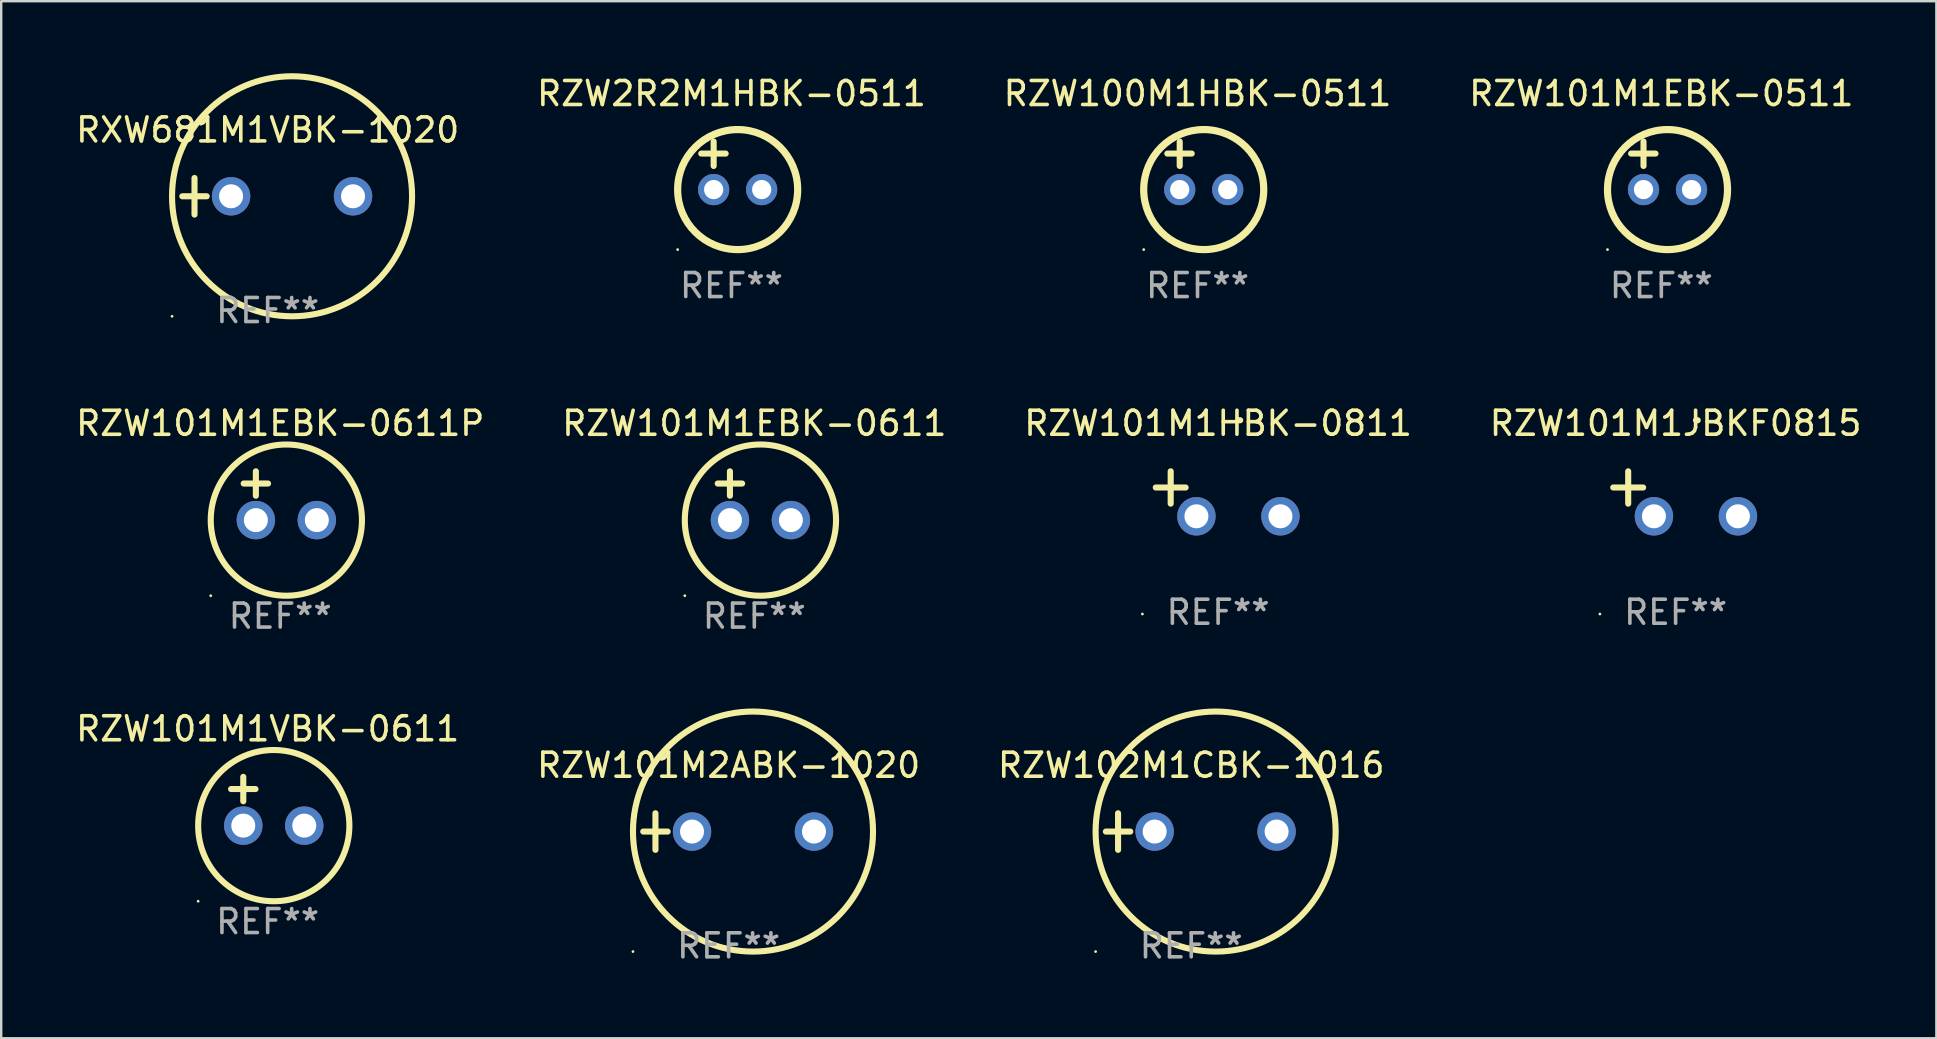
<source format=kicad_pcb>
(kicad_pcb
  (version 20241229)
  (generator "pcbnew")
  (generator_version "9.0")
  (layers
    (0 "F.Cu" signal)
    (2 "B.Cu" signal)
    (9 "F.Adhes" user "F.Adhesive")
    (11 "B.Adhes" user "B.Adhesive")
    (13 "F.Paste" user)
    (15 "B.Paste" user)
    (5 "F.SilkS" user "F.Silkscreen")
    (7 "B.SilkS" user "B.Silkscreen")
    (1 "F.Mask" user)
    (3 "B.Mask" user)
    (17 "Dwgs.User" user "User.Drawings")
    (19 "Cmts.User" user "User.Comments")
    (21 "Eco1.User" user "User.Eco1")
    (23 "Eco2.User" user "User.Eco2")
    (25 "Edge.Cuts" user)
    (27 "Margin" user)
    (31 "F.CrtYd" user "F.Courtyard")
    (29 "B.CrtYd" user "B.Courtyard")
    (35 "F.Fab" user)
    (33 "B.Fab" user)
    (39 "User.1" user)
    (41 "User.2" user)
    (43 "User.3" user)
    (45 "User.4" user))
  (footprint "RZW2R2M1HBK-0511"
    (layer "F.Cu")
    (at 27.423 3.848)
    (property "Reference" "RZW2R2M1HBK-0511" (at 0 -3 0) (layer "F.SilkS") (effects (font (size 1 1) (thickness 0.15))))
    (attr through_hole)
    (fp_line (start -1.258 -0.5) (end -0.242 -0.5) (stroke (width 0.254) (type solid)) (layer "F.SilkS"))
    (fp_line (start -0.742 -1) (end -0.742 0.016) (stroke (width 0.254) (type solid)) (layer "F.SilkS"))
    (fp_circle (center -2.242 3.5) (end -2.212 3.5) (stroke (width 0.06) (type solid)) (fill no) (layer "F.SilkS"))
    (fp_circle (center 0.258 1) (end 2.758 1) (stroke (width 0.3) (type solid)) (fill no) (layer "F.SilkS"))
    (fp_text user "REF**" (at 0 5 0) (layer "F.Fab") (effects (font (size 1 1) (thickness 0.15))))
    (pad "1" thru_hole circle (at -0.742 1) (size 1.3 1.3) (drill 0.8) (layers "*.Cu" "*.Mask"))
    (pad "2" thru_hole circle (at 1.258 1) (size 1.3 1.3) (drill 0.8) (layers "*.Cu" "*.Mask")))
  (footprint "RZW100M1HBK-0511"
    (layer "F.Cu")
    (at 46.839 3.848)
    (property "Reference" "RZW100M1HBK-0511" (at 0 -3 0) (layer "F.SilkS") (effects (font (size 1 1) (thickness 0.15))))
    (attr through_hole)
    (fp_line (start -1.258 -0.5) (end -0.242 -0.5) (stroke (width 0.254) (type solid)) (layer "F.SilkS"))
    (fp_line (start -0.742 -1) (end -0.742 0.016) (stroke (width 0.254) (type solid)) (layer "F.SilkS"))
    (fp_circle (center -2.242 3.5) (end -2.212 3.5) (stroke (width 0.06) (type solid)) (fill no) (layer "F.SilkS"))
    (fp_circle (center 0.258 1) (end 2.758 1) (stroke (width 0.3) (type solid)) (fill no) (layer "F.SilkS"))
    (fp_text user "REF**" (at 0 5 0) (layer "F.Fab") (effects (font (size 1 1) (thickness 0.15))))
    (pad "1" thru_hole circle (at -0.742 1) (size 1.3 1.3) (drill 0.8) (layers "*.Cu" "*.Mask"))
    (pad "2" thru_hole circle (at 1.258 1) (size 1.3 1.3) (drill 0.8) (layers "*.Cu" "*.Mask")))
  (footprint "RZW101M1EBK-0511"
    (layer "F.Cu")
    (at 66.161 3.848)
    (property "Reference" "RZW101M1EBK-0511" (at 0 -3 0) (layer "F.SilkS") (effects (font (size 1 1) (thickness 0.15))))
    (attr through_hole)
    (fp_line (start -1.258 -0.5) (end -0.242 -0.5) (stroke (width 0.254) (type solid)) (layer "F.SilkS"))
    (fp_line (start -0.742 -1) (end -0.742 0.016) (stroke (width 0.254) (type solid)) (layer "F.SilkS"))
    (fp_circle (center -2.242 3.5) (end -2.212 3.5) (stroke (width 0.06) (type solid)) (fill no) (layer "F.SilkS"))
    (fp_circle (center 0.258 1) (end 2.758 1) (stroke (width 0.3) (type solid)) (fill no) (layer "F.SilkS"))
    (fp_text user "REF**" (at 0 5 0) (layer "F.Fab") (effects (font (size 1 1) (thickness 0.15))))
    (pad "1" thru_hole circle (at -0.742 1) (size 1.3 1.3) (drill 0.8) (layers "*.Cu" "*.Mask"))
    (pad "2" thru_hole circle (at 1.258 1) (size 1.3 1.3) (drill 0.8) (layers "*.Cu" "*.Mask")))
  (footprint "RZW101M2ABK-1020"
    (layer "F.Cu")
    (at 27.304 31.593)
    (property "Reference" "RZW101M2ABK-1020" (at 0 -2.762 0) (layer "F.SilkS") (effects (font (size 1 1) (thickness 0.15))))
    (attr through_hole)
    (fp_line (start -3.556 0) (end -2.54 0) (stroke (width 0.254) (type solid)) (layer "F.SilkS"))
    (fp_line (start -3.048 -0.762) (end -3.048 0.762) (stroke (width 0.254) (type solid)) (layer "F.SilkS"))
    (fp_circle (center -3.984 5) (end -3.954 5) (stroke (width 0.06) (type solid)) (fill no) (layer "F.SilkS"))
    (fp_circle (center 1.016 0) (end 6.016 0) (stroke (width 0.254) (type solid)) (fill no) (layer "F.SilkS"))
    (fp_text user "REF**" (at 0 4.762 0) (layer "F.Fab") (effects (font (size 1 1) (thickness 0.15))))
    (pad "1" thru_hole circle (at -1.524 0) (size 1.6 1.6) (drill 1) (layers "*.Cu" "*.Mask"))
    (pad "2" thru_hole circle (at 3.556 0) (size 1.6 1.6) (drill 1) (layers "*.Cu" "*.Mask")))
  (footprint "RZW101M1VBK-0611"
    (layer "F.Cu")
    (at 8.101 30.33)
    (property "Reference" "RZW101M1VBK-0611" (at 0 -3.016 0) (layer "F.SilkS") (effects (font (size 1 1) (thickness 0.15))))
    (attr through_hole)
    (fp_line (start -1.524 -0.508) (end -0.508 -0.508) (stroke (width 0.254) (type solid)) (layer "F.SilkS"))
    (fp_line (start -1.016 -1.016) (end -1.016 0) (stroke (width 0.254) (type solid)) (layer "F.SilkS"))
    (fp_circle (center -2.896 4.166) (end -2.866 4.166) (stroke (width 0.06) (type solid)) (fill no) (layer "F.SilkS"))
    (fp_circle (center 0.254 1.016) (end 3.404 1.016) (stroke (width 0.254) (type solid)) (fill no) (layer "F.SilkS"))
    (fp_text user "REF**" (at 0 5.016 0) (layer "F.Fab") (effects (font (size 1 1) (thickness 0.15))))
    (pad "1" thru_hole circle (at -1.016 1.016) (size 1.6 1.6) (drill 1) (layers "*.Cu" "*.Mask"))
    (pad "2" thru_hole circle (at 1.524 1.016) (size 1.6 1.6) (drill 1) (layers "*.Cu" "*.Mask")))
  (footprint "RZW101M1HBK-0811"
    (layer "F.Cu")
    (at 47.696 17.522)
    (property "Reference" "RZW101M1HBK-0811" (at 0 -2.937 0) (layer "F.SilkS") (effects (font (size 1 1) (thickness 0.15))))
    (attr through_hole)
    (fp_line (start -1.975 0.41) (end -1.975 -0.937) (stroke (width 0.254) (type solid)) (layer "F.SilkS"))
    (fp_line (start -1.353 -0.263) (end -2.597 -0.263) (stroke (width 0.254) (type solid)) (layer "F.SilkS"))
    (fp_arc (start 0.849809 -3.063957) (mid 0.885369 -3.064114) (end 0.920929 -3.063957) (stroke (width 0.254001) (type solid)) (layer "F.SilkS"))
    (fp_circle (center -3.154 5.008) (end -3.124 5.008) (stroke (width 0.06) (type solid)) (fill no) (layer "F.SilkS"))
    (fp_text user "REF**" (at 0 4.937 0) (layer "F.Fab") (effects (font (size 1 1) (thickness 0.15))))
    (pad "1" thru_hole circle (at -0.903 0.937) (size 1.6 1.6) (drill 1) (layers "*.Cu" "*.Mask"))
    (pad "2" thru_hole circle (at 2.597 0.937) (size 1.6 1.6) (drill 1) (layers "*.Cu" "*.Mask")))
  (footprint "RXW681M1VBK-1020"
    (layer "F.Cu")
    (at 8.101 5.127)
    (property "Reference" "RXW681M1VBK-1020" (at 0 -2.762 0) (layer "F.SilkS") (effects (font (size 1 1) (thickness 0.15))))
    (attr through_hole)
    (fp_line (start -3.556 0) (end -2.54 0) (stroke (width 0.254) (type solid)) (layer "F.SilkS"))
    (fp_line (start -3.048 -0.762) (end -3.048 0.762) (stroke (width 0.254) (type solid)) (layer "F.SilkS"))
    (fp_circle (center -3.984 5) (end -3.954 5) (stroke (width 0.06) (type solid)) (fill no) (layer "F.SilkS"))
    (fp_circle (center 1.016 0) (end 6.016 0) (stroke (width 0.254) (type solid)) (fill no) (layer "F.SilkS"))
    (fp_text user "REF**" (at 0 4.762 0) (layer "F.Fab") (effects (font (size 1 1) (thickness 0.15))))
    (pad "1" thru_hole circle (at -1.524 0) (size 1.6 1.6) (drill 1) (layers "*.Cu" "*.Mask"))
    (pad "2" thru_hole circle (at 3.556 0) (size 1.6 1.6) (drill 1) (layers "*.Cu" "*.Mask")))
  (footprint "RZW102M1CBK-1016"
    (layer "F.Cu")
    (at 46.577 31.593)
    (property "Reference" "RZW102M1CBK-1016" (at 0 -2.762 0) (layer "F.SilkS") (effects (font (size 1 1) (thickness 0.15))))
    (attr through_hole)
    (fp_line (start -3.556 0) (end -2.54 0) (stroke (width 0.254) (type solid)) (layer "F.SilkS"))
    (fp_line (start -3.048 -0.762) (end -3.048 0.762) (stroke (width 0.254) (type solid)) (layer "F.SilkS"))
    (fp_circle (center -3.984 5) (end -3.954 5) (stroke (width 0.06) (type solid)) (fill no) (layer "F.SilkS"))
    (fp_circle (center 1.016 0) (end 6.016 0) (stroke (width 0.254) (type solid)) (fill no) (layer "F.SilkS"))
    (fp_text user "REF**" (at 0 4.762 0) (layer "F.Fab") (effects (font (size 1 1) (thickness 0.15))))
    (pad "1" thru_hole circle (at -1.524 0) (size 1.6 1.6) (drill 1) (layers "*.Cu" "*.Mask"))
    (pad "2" thru_hole circle (at 3.556 0) (size 1.6 1.6) (drill 1) (layers "*.Cu" "*.Mask")))
  (footprint "RZW101M1JBKF0815"
    (layer "F.Cu")
    (at 66.756 17.522)
    (property "Reference" "RZW101M1JBKF0815" (at 0 -2.937 0) (layer "F.SilkS") (effects (font (size 1 1) (thickness 0.15))))
    (attr through_hole)
    (fp_line (start -1.975 0.41) (end -1.975 -0.937) (stroke (width 0.254) (type solid)) (layer "F.SilkS"))
    (fp_line (start -1.353 -0.263) (end -2.597 -0.263) (stroke (width 0.254) (type solid)) (layer "F.SilkS"))
    (fp_arc (start 0.849809 -3.063957) (mid 0.885369 -3.064114) (end 0.920929 -3.063957) (stroke (width 0.254001) (type solid)) (layer "F.SilkS"))
    (fp_circle (center -3.154 5.008) (end -3.124 5.008) (stroke (width 0.06) (type solid)) (fill no) (layer "F.SilkS"))
    (fp_text user "REF**" (at 0 4.937 0) (layer "F.Fab") (effects (font (size 1 1) (thickness 0.15))))
    (pad "1" thru_hole circle (at -0.903 0.937) (size 1.6 1.6) (drill 1) (layers "*.Cu" "*.Mask"))
    (pad "2" thru_hole circle (at 2.597 0.937) (size 1.6 1.6) (drill 1) (layers "*.Cu" "*.Mask")))
  (footprint "RZW101M1EBK-0611"
    (layer "F.Cu")
    (at 28.375 17.602)
    (property "Reference" "RZW101M1EBK-0611" (at 0 -3.016 0) (layer "F.SilkS") (effects (font (size 1 1) (thickness 0.15))))
    (attr through_hole)
    (fp_line (start -1.524 -0.508) (end -0.508 -0.508) (stroke (width 0.254) (type solid)) (layer "F.SilkS"))
    (fp_line (start -1.016 -1.016) (end -1.016 0) (stroke (width 0.254) (type solid)) (layer "F.SilkS"))
    (fp_circle (center -2.896 4.166) (end -2.866 4.166) (stroke (width 0.06) (type solid)) (fill no) (layer "F.SilkS"))
    (fp_circle (center 0.254 1.016) (end 3.404 1.016) (stroke (width 0.254) (type solid)) (fill no) (layer "F.SilkS"))
    (fp_text user "REF**" (at 0 5.016 0) (layer "F.Fab") (effects (font (size 1 1) (thickness 0.15))))
    (pad "1" thru_hole circle (at -1.016 1.016) (size 1.6 1.6) (drill 1) (layers "*.Cu" "*.Mask"))
    (pad "2" thru_hole circle (at 1.524 1.016) (size 1.6 1.6) (drill 1) (layers "*.Cu" "*.Mask")))
  (footprint "RZW101M1EBK-0611P"
    (layer "F.Cu")
    (at 8.625 17.602)
    (property "Reference" "RZW101M1EBK-0611P" (at 0 -3.016 0) (layer "F.SilkS") (effects (font (size 1 1) (thickness 0.15))))
    (attr through_hole)
    (fp_line (start -1.524 -0.508) (end -0.508 -0.508) (stroke (width 0.254) (type solid)) (layer "F.SilkS"))
    (fp_line (start -1.016 -1.016) (end -1.016 0) (stroke (width 0.254) (type solid)) (layer "F.SilkS"))
    (fp_circle (center -2.896 4.166) (end -2.866 4.166) (stroke (width 0.06) (type solid)) (fill no) (layer "F.SilkS"))
    (fp_circle (center 0.254 1.016) (end 3.404 1.016) (stroke (width 0.254) (type solid)) (fill no) (layer "F.SilkS"))
    (fp_text user "REF**" (at 0 5.016 0) (layer "F.Fab") (effects (font (size 1 1) (thickness 0.15))))
    (pad "1" thru_hole circle (at -1.016 1.016) (size 1.6 1.6) (drill 1) (layers "*.Cu" "*.Mask"))
    (pad "2" thru_hole circle (at 1.524 1.016) (size 1.6 1.6) (drill 1) (layers "*.Cu" "*.Mask")))
  (gr_rect
    (start -3 -3)
    (end 77.619 40.203)
    (stroke (width 0.1) (type default))
    (fill no)
    (layer "Edge.Cuts")))
</source>
